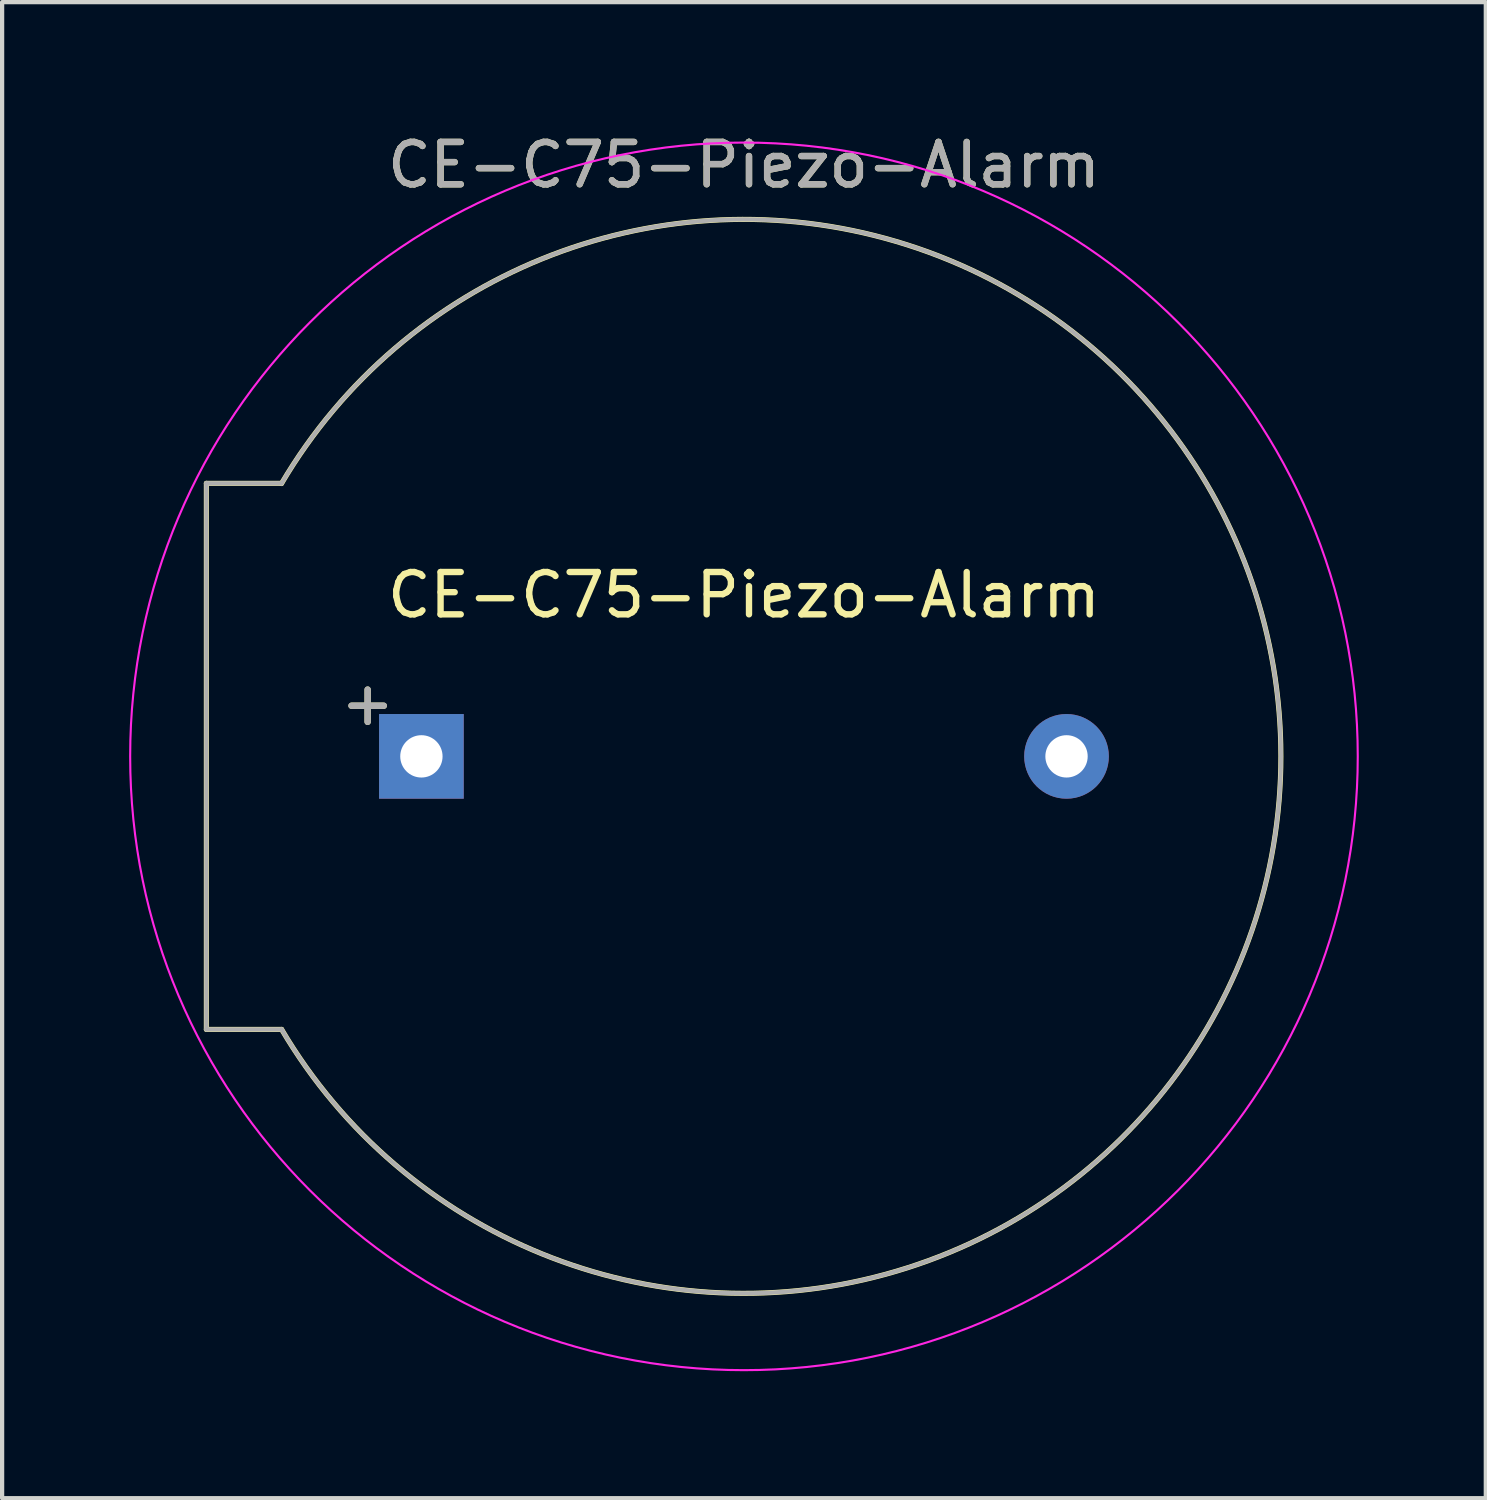
<source format=kicad_pcb>
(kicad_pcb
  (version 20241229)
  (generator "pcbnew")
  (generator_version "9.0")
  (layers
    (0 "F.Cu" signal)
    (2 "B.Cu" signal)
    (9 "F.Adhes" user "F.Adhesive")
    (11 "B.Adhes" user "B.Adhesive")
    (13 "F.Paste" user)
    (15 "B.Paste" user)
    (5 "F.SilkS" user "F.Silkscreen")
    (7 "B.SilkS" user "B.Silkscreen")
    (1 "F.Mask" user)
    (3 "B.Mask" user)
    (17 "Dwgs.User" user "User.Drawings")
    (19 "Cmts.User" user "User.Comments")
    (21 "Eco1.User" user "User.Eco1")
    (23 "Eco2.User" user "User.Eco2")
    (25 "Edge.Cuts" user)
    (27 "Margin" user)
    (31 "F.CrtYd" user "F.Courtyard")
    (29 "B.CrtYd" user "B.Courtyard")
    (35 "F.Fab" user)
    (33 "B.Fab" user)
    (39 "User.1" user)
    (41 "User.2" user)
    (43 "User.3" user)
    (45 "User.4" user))
  (footprint "CE-C75-Piezo-Alarm"
    (layer "F.Cu")
    (at 6.905 14.818)
    (property "Reference" "CE-C75-Piezo-Alarm" (at 7.62 -13.97 0) (layer "F.SilkS") (effects (font (size 1 1) (thickness 0.15))))
    (attr through_hole)
    (fp_line (start -5.08 -6.45) (end -5.08 6.45) (stroke (width 0.12) (type solid)) (layer "F.SilkS"))
    (fp_line (start -5.08 -6.45) (end -3.302 -6.45) (stroke (width 0.12) (type solid)) (layer "F.SilkS"))
    (fp_line (start -5.08 6.45) (end -3.302 6.45) (stroke (width 0.12) (type solid)) (layer "F.SilkS"))
    (fp_arc (start -3.305156 -6.444652) (mid 20.304343 -0.003105) (end -3.302 6.45) (stroke (width 0.12) (type solid)) (layer "F.SilkS"))
    (fp_circle (center 7.62 0) (end 22.12 0) (stroke (width 0.05) (type solid)) (fill no) (layer "F.CrtYd"))
    (fp_line (start -5.08 -6.45) (end -5.08 6.45) (stroke (width 0.1) (type solid)) (layer "F.Fab"))
    (fp_line (start -5.08 -6.45) (end -3.302 -6.45) (stroke (width 0.1) (type solid)) (layer "F.Fab"))
    (fp_line (start -5.08 6.45) (end -3.302 6.45) (stroke (width 0.1) (type solid)) (layer "F.Fab"))
    (fp_arc (start -3.305156 -6.444652) (mid 20.304343 -0.003105) (end -3.302 6.45) (stroke (width 0.1) (type solid)) (layer "F.Fab"))
    (fp_text user "+" (at -1.27 -1.27 0) (layer "F.SilkS") (effects (font (size 1 1) (thickness 0.15))))
    (fp_text user "CE-C75-Piezo-Alarm" (at 7.62 -3.81 0) (layer "F.SilkS") (effects (font (size 1 1) (thickness 0.15))))
    (fp_text user "+" (at -1.27 -1.27 0) (layer "F.Fab") (effects (font (size 1 1) (thickness 0.15))))
    (fp_text user "${REFERENCE}" (at 7.62 -13.97 0) (layer "F.Fab") (effects (font (size 1 1) (thickness 0.15))))
    (pad "1" thru_hole rect (at 0 0) (size 2 2) (drill 1) (layers "*.Cu" "*.Mask"))
    (pad "2" thru_hole circle (at 15.24 0) (size 2 2) (drill 1) (layers "*.Cu" "*.Mask")))
  (gr_rect
    (start -3 -3)
    (end 32.05 32.343)
    (stroke (width 0.1) (type default))
    (fill no)
    (layer "Edge.Cuts")))
</source>
